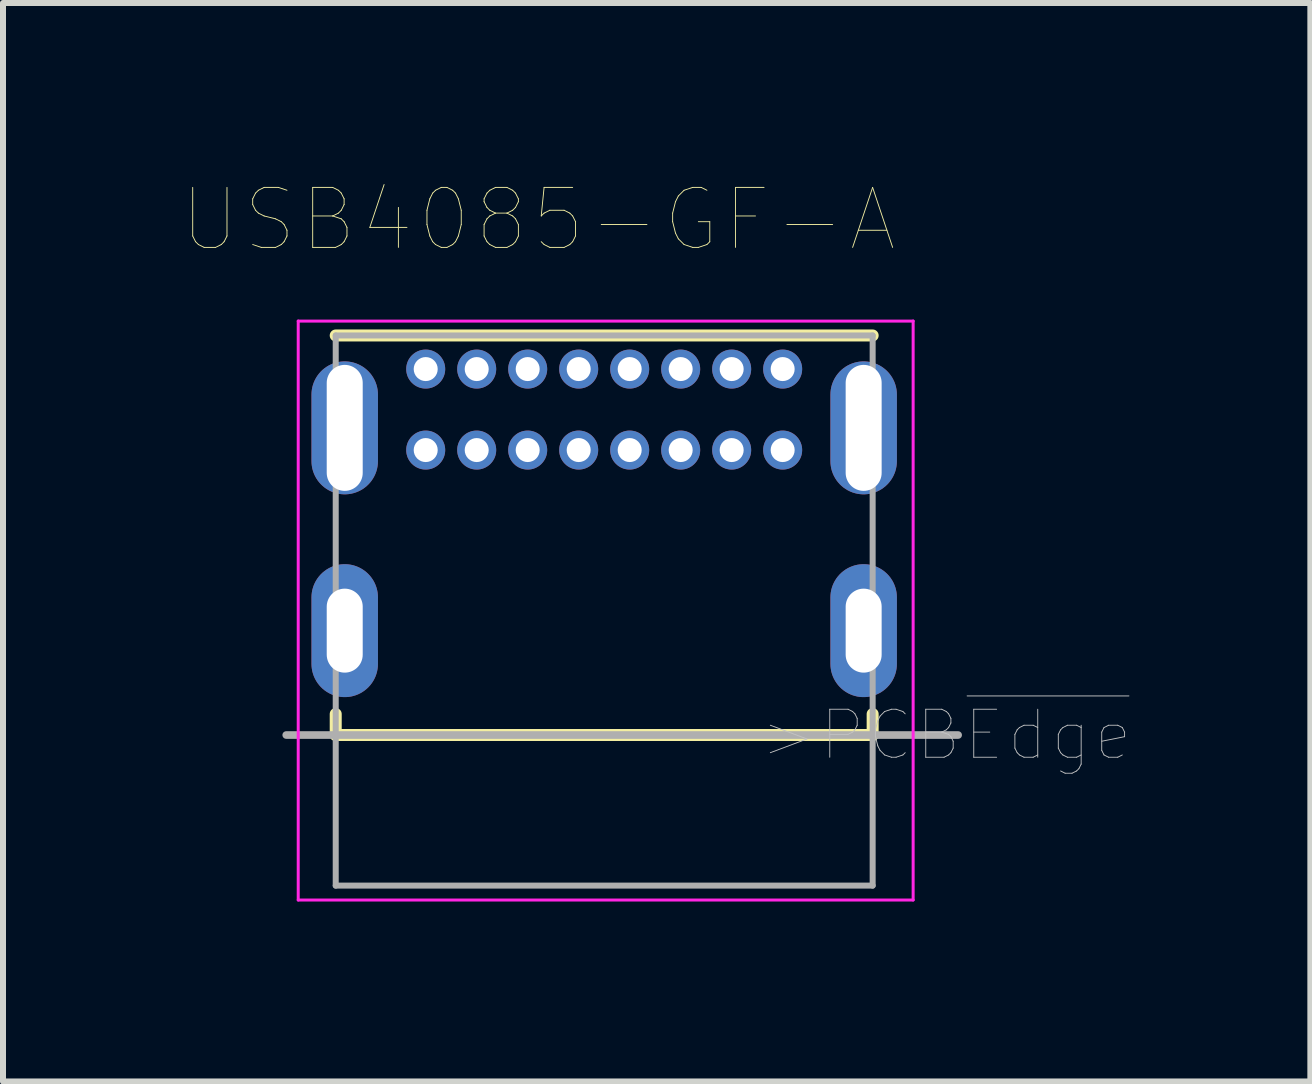
<source format=kicad_pcb>
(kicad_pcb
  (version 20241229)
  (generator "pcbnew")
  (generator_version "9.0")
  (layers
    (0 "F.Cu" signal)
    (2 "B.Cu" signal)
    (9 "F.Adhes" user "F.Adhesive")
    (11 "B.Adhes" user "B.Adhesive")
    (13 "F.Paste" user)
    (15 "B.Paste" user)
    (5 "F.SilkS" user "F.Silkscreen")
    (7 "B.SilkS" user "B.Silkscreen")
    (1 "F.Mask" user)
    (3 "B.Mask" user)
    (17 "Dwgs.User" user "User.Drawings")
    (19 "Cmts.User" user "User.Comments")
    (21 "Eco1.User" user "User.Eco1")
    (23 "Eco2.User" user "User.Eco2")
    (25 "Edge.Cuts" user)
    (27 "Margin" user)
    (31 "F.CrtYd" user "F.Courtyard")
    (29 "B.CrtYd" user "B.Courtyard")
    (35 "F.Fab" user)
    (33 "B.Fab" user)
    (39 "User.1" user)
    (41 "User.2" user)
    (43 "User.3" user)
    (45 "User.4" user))
  (footprint "USB4085-GF-A"
    (layer "F.Cu")
    (at 7.021 7.127)
    (property "Reference" "USB4085-GF-A" (at -1.097 -6.515 0) (layer "F.SilkS") (effects (font (size 1 1) (thickness 0.015))))
    (attr through_hole)
    (fp_line (start -4.475 -4.585) (end 4.475 -4.585) (stroke (width 0.2) (type solid)) (layer "F.SilkS"))
    (fp_line (start -4.475 1.725) (end -4.475 2.075) (stroke (width 0.2) (type solid)) (layer "F.SilkS"))
    (fp_line (start -4.475 2.075) (end 4.475 2.075) (stroke (width 0.2) (type solid)) (layer "F.SilkS"))
    (fp_line (start 4.475 2.075) (end 4.475 1.725) (stroke (width 0.2) (type solid)) (layer "F.SilkS"))
    (fp_line (start -5.1 -4.825) (end 5.15 -4.825) (stroke (width 0.05) (type solid)) (layer "F.CrtYd"))
    (fp_line (start -5.1 4.825) (end -5.1 -4.825) (stroke (width 0.05) (type solid)) (layer "F.CrtYd"))
    (fp_line (start 5.15 -4.825) (end 5.15 4.825) (stroke (width 0.05) (type solid)) (layer "F.CrtYd"))
    (fp_line (start 5.15 4.825) (end -5.1 4.825) (stroke (width 0.05) (type solid)) (layer "F.CrtYd"))
    (fp_line (start -5.3 2.075) (end 5.9 2.075) (stroke (width 0.127) (type solid)) (layer "F.Fab"))
    (fp_line (start -4.475 -4.585) (end 4.475 -4.585) (stroke (width 0.1) (type solid)) (layer "F.Fab"))
    (fp_line (start -4.475 4.585) (end -4.475 -4.585) (stroke (width 0.1) (type solid)) (layer "F.Fab"))
    (fp_line (start 4.475 -4.585) (end 4.475 4.585) (stroke (width 0.1) (type solid)) (layer "F.Fab"))
    (fp_line (start 4.475 4.585) (end -4.475 4.585) (stroke (width 0.1) (type solid)) (layer "F.Fab"))
    (fp_text user ">PCB~{Edge}" (at 5.703 2.076 0) (layer "Dwgs.User") (effects (font (size 0.8 0.8) (thickness 0.015))))
    (pad "A1" thru_hole circle (at -2.975 -4.025) (size 0.65 0.65) (drill 0.4) (layers "*.Cu" "*.Mask"))
    (pad "A4" thru_hole circle (at -2.125 -4.025) (size 0.65 0.65) (drill 0.4) (layers "*.Cu" "*.Mask"))
    (pad "A5" thru_hole circle (at -1.275 -4.025) (size 0.65 0.65) (drill 0.4) (layers "*.Cu" "*.Mask"))
    (pad "A6" thru_hole circle (at -0.425 -4.025) (size 0.65 0.65) (drill 0.4) (layers "*.Cu" "*.Mask"))
    (pad "A7" thru_hole circle (at 0.425 -4.025) (size 0.65 0.65) (drill 0.4) (layers "*.Cu" "*.Mask"))
    (pad "A8" thru_hole circle (at 1.275 -4.025) (size 0.65 0.65) (drill 0.4) (layers "*.Cu" "*.Mask"))
    (pad "A9" thru_hole circle (at 2.125 -4.025) (size 0.65 0.65) (drill 0.4) (layers "*.Cu" "*.Mask"))
    (pad "A12" thru_hole circle (at 2.975 -4.025) (size 0.65 0.65) (drill 0.4) (layers "*.Cu" "*.Mask"))
    (pad "B1" thru_hole circle (at 2.975 -2.675) (size 0.65 0.65) (drill 0.4) (layers "*.Cu" "*.Mask"))
    (pad "B4" thru_hole circle (at 2.125 -2.675) (size 0.65 0.65) (drill 0.4) (layers "*.Cu" "*.Mask"))
    (pad "B5" thru_hole circle (at 1.275 -2.675) (size 0.65 0.65) (drill 0.4) (layers "*.Cu" "*.Mask"))
    (pad "B6" thru_hole circle (at 0.425 -2.675) (size 0.65 0.65) (drill 0.4) (layers "*.Cu" "*.Mask"))
    (pad "B7" thru_hole circle (at -0.425 -2.675) (size 0.65 0.65) (drill 0.4) (layers "*.Cu" "*.Mask"))
    (pad "B8" thru_hole circle (at -1.275 -2.675) (size 0.65 0.65) (drill 0.4) (layers "*.Cu" "*.Mask"))
    (pad "B9" thru_hole circle (at -2.125 -2.675) (size 0.65 0.65) (drill 0.4) (layers "*.Cu" "*.Mask"))
    (pad "B12" thru_hole circle (at -2.975 -2.675) (size 0.65 0.65) (drill 0.4) (layers "*.Cu" "*.Mask"))
    (pad "P1" thru_hole oval (at -4.325 -3.045) (size 1.108 2.216) (drill oval 0.6 2.1) (layers "*.Cu" "*.Mask"))
    (pad "P2" thru_hole oval (at 4.325 -3.045) (size 1.108 2.216) (drill oval 0.6 2.1) (layers "*.Cu" "*.Mask"))
    (pad "P3" thru_hole oval (at 4.325 0.335) (size 1.108 2.216) (drill oval 0.6 1.4) (layers "*.Cu" "*.Mask"))
    (pad "P4" thru_hole oval (at -4.325 0.335) (size 1.108 2.216) (drill oval 0.6 1.4) (layers "*.Cu" "*.Mask")))
  (gr_rect
    (start -3 -3)
    (end 18.792 14.977)
    (stroke (width 0.1) (type default))
    (fill no)
    (layer "Edge.Cuts")))
</source>
